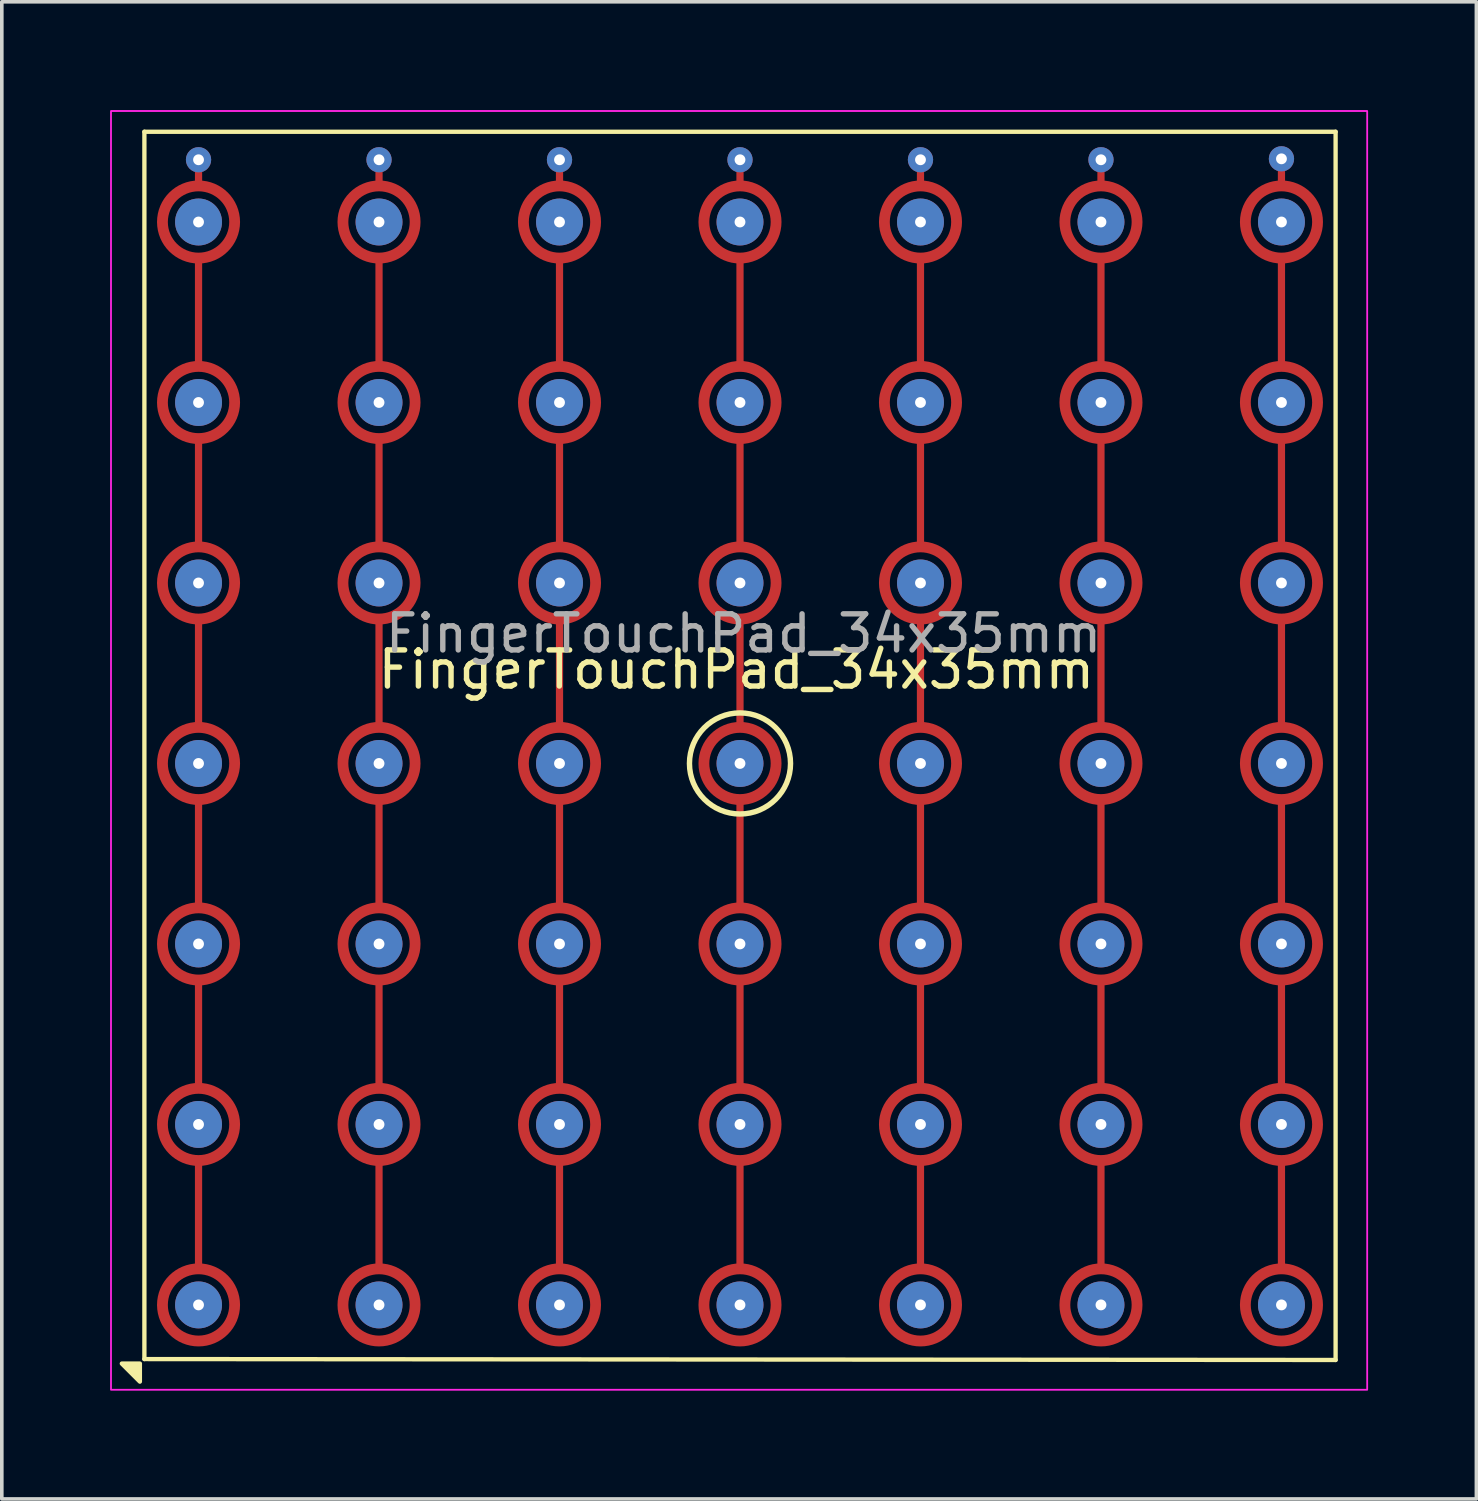
<source format=kicad_pcb>
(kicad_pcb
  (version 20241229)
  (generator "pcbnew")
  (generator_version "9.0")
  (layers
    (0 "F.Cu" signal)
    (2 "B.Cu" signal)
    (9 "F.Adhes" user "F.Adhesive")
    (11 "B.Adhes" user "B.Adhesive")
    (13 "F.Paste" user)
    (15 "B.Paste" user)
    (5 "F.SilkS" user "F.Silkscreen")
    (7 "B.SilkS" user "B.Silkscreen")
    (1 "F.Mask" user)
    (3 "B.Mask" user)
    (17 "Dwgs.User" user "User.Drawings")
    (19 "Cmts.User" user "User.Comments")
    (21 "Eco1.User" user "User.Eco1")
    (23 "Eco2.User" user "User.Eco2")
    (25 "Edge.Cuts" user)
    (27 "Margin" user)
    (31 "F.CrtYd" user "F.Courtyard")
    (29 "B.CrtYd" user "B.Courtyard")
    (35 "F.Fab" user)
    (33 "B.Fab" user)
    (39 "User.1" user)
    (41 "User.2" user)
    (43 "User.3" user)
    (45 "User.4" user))
  (footprint "FingerTouchPad_34x35mm"
    (layer "F.Cu")
    (at 17.45 18.1)
    (property "Reference" "FingerTouchPad_34x35mm" (at -0.1 -2.6 0) (layer "F.SilkS") (effects (font (size 1 1) (thickness 0.15))))
    (attr smd)
    (fp_line (start -15 -16) (end -15 -16.474) (stroke (width 0.2) (type default)) (layer "F.Cu"))
    (fp_line (start -15 -11) (end -15 -14) (stroke (width 0.2) (type default)) (layer "F.Cu"))
    (fp_line (start -15 -6) (end -15 -9) (stroke (width 0.2) (type default)) (layer "F.Cu"))
    (fp_line (start -15 -1) (end -15 -4) (stroke (width 0.2) (type default)) (layer "F.Cu"))
    (fp_line (start -15 4) (end -15 1) (stroke (width 0.2) (type default)) (layer "F.Cu"))
    (fp_line (start -15 9) (end -15 6) (stroke (width 0.2) (type default)) (layer "F.Cu"))
    (fp_line (start -15 14) (end -15 11) (stroke (width 0.2) (type default)) (layer "F.Cu"))
    (fp_line (start -10 -16) (end -10 -16.474) (stroke (width 0.2) (type default)) (layer "F.Cu"))
    (fp_line (start -10 -11) (end -10 -14) (stroke (width 0.2) (type default)) (layer "F.Cu"))
    (fp_line (start -10 -6) (end -10 -9) (stroke (width 0.2) (type default)) (layer "F.Cu"))
    (fp_line (start -10 -1) (end -10 -4) (stroke (width 0.2) (type default)) (layer "F.Cu"))
    (fp_line (start -10 4) (end -10 1) (stroke (width 0.2) (type default)) (layer "F.Cu"))
    (fp_line (start -10 9) (end -10 6) (stroke (width 0.2) (type default)) (layer "F.Cu"))
    (fp_line (start -10 14) (end -10 11) (stroke (width 0.2) (type default)) (layer "F.Cu"))
    (fp_line (start -5 -16) (end -5 -16.474) (stroke (width 0.2) (type default)) (layer "F.Cu"))
    (fp_line (start -5 -11) (end -5 -14) (stroke (width 0.2) (type default)) (layer "F.Cu"))
    (fp_line (start -5 -6) (end -5 -9) (stroke (width 0.2) (type default)) (layer "F.Cu"))
    (fp_line (start -5 -1) (end -5 -4) (stroke (width 0.2) (type default)) (layer "F.Cu"))
    (fp_line (start -5 4) (end -5 1) (stroke (width 0.2) (type default)) (layer "F.Cu"))
    (fp_line (start -5 9) (end -5 6) (stroke (width 0.2) (type default)) (layer "F.Cu"))
    (fp_line (start -5 14) (end -5 11) (stroke (width 0.2) (type default)) (layer "F.Cu"))
    (fp_line (start 0 -16) (end 0 -16.474) (stroke (width 0.2) (type default)) (layer "F.Cu"))
    (fp_line (start 0 -11) (end 0 -14) (stroke (width 0.2) (type default)) (layer "F.Cu"))
    (fp_line (start 0 -6) (end 0 -9) (stroke (width 0.2) (type default)) (layer "F.Cu"))
    (fp_line (start 0 -1) (end 0 -4) (stroke (width 0.2) (type default)) (layer "F.Cu"))
    (fp_line (start 0 4) (end 0 1) (stroke (width 0.2) (type default)) (layer "F.Cu"))
    (fp_line (start 0 9) (end 0 6) (stroke (width 0.2) (type default)) (layer "F.Cu"))
    (fp_line (start 0 14) (end 0 11) (stroke (width 0.2) (type default)) (layer "F.Cu"))
    (fp_line (start 5 -16) (end 5 -16.474) (stroke (width 0.2) (type default)) (layer "F.Cu"))
    (fp_line (start 5 -11) (end 5 -14) (stroke (width 0.2) (type default)) (layer "F.Cu"))
    (fp_line (start 5 -6) (end 5 -9) (stroke (width 0.2) (type default)) (layer "F.Cu"))
    (fp_line (start 5 -1) (end 5 -4) (stroke (width 0.2) (type default)) (layer "F.Cu"))
    (fp_line (start 5 4) (end 5 1) (stroke (width 0.2) (type default)) (layer "F.Cu"))
    (fp_line (start 5 9) (end 5 6) (stroke (width 0.2) (type default)) (layer "F.Cu"))
    (fp_line (start 5 14) (end 5 11) (stroke (width 0.2) (type default)) (layer "F.Cu"))
    (fp_line (start 10 -16) (end 10 -16.474) (stroke (width 0.2) (type default)) (layer "F.Cu"))
    (fp_line (start 10 -11) (end 10 -14) (stroke (width 0.2) (type default)) (layer "F.Cu"))
    (fp_line (start 10 -6) (end 10 -9) (stroke (width 0.2) (type default)) (layer "F.Cu"))
    (fp_line (start 10 -1) (end 10 -4) (stroke (width 0.2) (type default)) (layer "F.Cu"))
    (fp_line (start 10 4) (end 10 1) (stroke (width 0.2) (type default)) (layer "F.Cu"))
    (fp_line (start 10 9) (end 10 6) (stroke (width 0.2) (type default)) (layer "F.Cu"))
    (fp_line (start 10 14) (end 10 11) (stroke (width 0.2) (type default)) (layer "F.Cu"))
    (fp_line (start 15 -16) (end 15 -16.5) (stroke (width 0.2) (type default)) (layer "F.Cu"))
    (fp_line (start 15 -11) (end 15 -14) (stroke (width 0.2) (type default)) (layer "F.Cu"))
    (fp_line (start 15 -6) (end 15 -9) (stroke (width 0.2) (type default)) (layer "F.Cu"))
    (fp_line (start 15 -1) (end 15 -4) (stroke (width 0.2) (type default)) (layer "F.Cu"))
    (fp_line (start 15 4) (end 15 1) (stroke (width 0.2) (type default)) (layer "F.Cu"))
    (fp_line (start 15 9) (end 15 6) (stroke (width 0.2) (type default)) (layer "F.Cu"))
    (fp_line (start 15 14) (end 15 11) (stroke (width 0.2) (type default)) (layer "F.Cu"))
    (fp_circle (center -15 -15) (end -14 -15) (stroke (width 0.3) (type default)) (fill no) (layer "F.Cu"))
    (fp_circle (center -15 -10) (end -14 -10) (stroke (width 0.3) (type default)) (fill no) (layer "F.Cu"))
    (fp_circle (center -15 -5) (end -14 -5) (stroke (width 0.3) (type default)) (fill no) (layer "F.Cu"))
    (fp_circle (center -15 0) (end -14 0) (stroke (width 0.3) (type default)) (fill no) (layer "F.Cu"))
    (fp_circle (center -15 5) (end -14 5) (stroke (width 0.3) (type default)) (fill no) (layer "F.Cu"))
    (fp_circle (center -15 10) (end -14 10) (stroke (width 0.3) (type default)) (fill no) (layer "F.Cu"))
    (fp_circle (center -15 15) (end -14 15) (stroke (width 0.3) (type default)) (fill no) (layer "F.Cu"))
    (fp_circle (center -10 -15) (end -9 -15) (stroke (width 0.3) (type default)) (fill no) (layer "F.Cu"))
    (fp_circle (center -10 -10) (end -9 -10) (stroke (width 0.3) (type default)) (fill no) (layer "F.Cu"))
    (fp_circle (center -10 -5) (end -9 -5) (stroke (width 0.3) (type default)) (fill no) (layer "F.Cu"))
    (fp_circle (center -10 0) (end -9 0) (stroke (width 0.3) (type default)) (fill no) (layer "F.Cu"))
    (fp_circle (center -10 5) (end -9 5) (stroke (width 0.3) (type default)) (fill no) (layer "F.Cu"))
    (fp_circle (center -10 10) (end -9 10) (stroke (width 0.3) (type default)) (fill no) (layer "F.Cu"))
    (fp_circle (center -10 15) (end -9 15) (stroke (width 0.3) (type default)) (fill no) (layer "F.Cu"))
    (fp_circle (center -5 -15) (end -4 -15) (stroke (width 0.3) (type default)) (fill no) (layer "F.Cu"))
    (fp_circle (center -5 -10) (end -4 -10) (stroke (width 0.3) (type default)) (fill no) (layer "F.Cu"))
    (fp_circle (center -5 -5) (end -4 -5) (stroke (width 0.3) (type default)) (fill no) (layer "F.Cu"))
    (fp_circle (center -5 0) (end -4 0) (stroke (width 0.3) (type default)) (fill no) (layer "F.Cu"))
    (fp_circle (center -5 5) (end -4 5) (stroke (width 0.3) (type default)) (fill no) (layer "F.Cu"))
    (fp_circle (center -5 10) (end -4 10) (stroke (width 0.3) (type default)) (fill no) (layer "F.Cu"))
    (fp_circle (center -5 15) (end -4 15) (stroke (width 0.3) (type default)) (fill no) (layer "F.Cu"))
    (fp_circle (center 0 -15) (end 1 -15) (stroke (width 0.3) (type default)) (fill no) (layer "F.Cu"))
    (fp_circle (center 0 -10) (end 1 -10) (stroke (width 0.3) (type default)) (fill no) (layer "F.Cu"))
    (fp_circle (center 0 -5) (end 1 -5) (stroke (width 0.3) (type default)) (fill no) (layer "F.Cu"))
    (fp_circle (center 0 0) (end 1 0) (stroke (width 0.3) (type default)) (fill no) (layer "F.Cu"))
    (fp_circle (center 0 5) (end 1 5) (stroke (width 0.3) (type default)) (fill no) (layer "F.Cu"))
    (fp_circle (center 0 10) (end 1 10) (stroke (width 0.3) (type default)) (fill no) (layer "F.Cu"))
    (fp_circle (center 0 15) (end 1 15) (stroke (width 0.3) (type default)) (fill no) (layer "F.Cu"))
    (fp_circle (center 5 -15) (end 6 -15) (stroke (width 0.3) (type default)) (fill no) (layer "F.Cu"))
    (fp_circle (center 5 -10) (end 6 -10) (stroke (width 0.3) (type default)) (fill no) (layer "F.Cu"))
    (fp_circle (center 5 -5) (end 6 -5) (stroke (width 0.3) (type default)) (fill no) (layer "F.Cu"))
    (fp_circle (center 5 0) (end 6 0) (stroke (width 0.3) (type default)) (fill no) (layer "F.Cu"))
    (fp_circle (center 5 5) (end 6 5) (stroke (width 0.3) (type default)) (fill no) (layer "F.Cu"))
    (fp_circle (center 5 10) (end 6 10) (stroke (width 0.3) (type default)) (fill no) (layer "F.Cu"))
    (fp_circle (center 5 15) (end 6 15) (stroke (width 0.3) (type default)) (fill no) (layer "F.Cu"))
    (fp_circle (center 10 -15) (end 11 -15) (stroke (width 0.3) (type default)) (fill no) (layer "F.Cu"))
    (fp_circle (center 10 -10) (end 11 -10) (stroke (width 0.3) (type default)) (fill no) (layer "F.Cu"))
    (fp_circle (center 10 -5) (end 11 -5) (stroke (width 0.3) (type default)) (fill no) (layer "F.Cu"))
    (fp_circle (center 10 0) (end 11 0) (stroke (width 0.3) (type default)) (fill no) (layer "F.Cu"))
    (fp_circle (center 10 5) (end 11 5) (stroke (width 0.3) (type default)) (fill no) (layer "F.Cu"))
    (fp_circle (center 10 10) (end 11 10) (stroke (width 0.3) (type default)) (fill no) (layer "F.Cu"))
    (fp_circle (center 10 15) (end 11 15) (stroke (width 0.3) (type default)) (fill no) (layer "F.Cu"))
    (fp_circle (center 15 -15) (end 16 -15) (stroke (width 0.3) (type default)) (fill no) (layer "F.Cu"))
    (fp_circle (center 15 -10) (end 16 -10) (stroke (width 0.3) (type default)) (fill no) (layer "F.Cu"))
    (fp_circle (center 15 -5) (end 16 -5) (stroke (width 0.3) (type default)) (fill no) (layer "F.Cu"))
    (fp_circle (center 15 0) (end 16 0) (stroke (width 0.3) (type default)) (fill no) (layer "F.Cu"))
    (fp_circle (center 15 5) (end 16 5) (stroke (width 0.3) (type default)) (fill no) (layer "F.Cu"))
    (fp_circle (center 15 10) (end 16 10) (stroke (width 0.3) (type default)) (fill no) (layer "F.Cu"))
    (fp_circle (center 15 15) (end 16 15) (stroke (width 0.3) (type default)) (fill no) (layer "F.Cu"))
    (fp_line (start -16.5 -17.5) (end 16.5 -17.5) (stroke (width 0.12) (type solid)) (layer "F.SilkS"))
    (fp_line (start -16.5 16.5) (end -16.5 -17.5) (stroke (width 0.12) (type solid)) (layer "F.SilkS"))
    (fp_line (start 16.5 -17.5) (end 16.5 16.525) (stroke (width 0.12) (type solid)) (layer "F.SilkS"))
    (fp_line (start 16.5 16.525) (end -16.5 16.5) (stroke (width 0.12) (type solid)) (layer "F.SilkS"))
    (fp_circle (center 0 0) (end 1.4 0) (stroke (width 0.15) (type default)) (fill no) (layer "F.SilkS"))
    (fp_poly (pts (xy -16.625 16.625) (xy -16.625 17.125) (xy -17.125 16.625) (xy -16.625 16.625)) (stroke (width 0.12) (type solid)) (fill yes) (layer "F.SilkS"))
    (fp_rect (start -17.425 -18.075) (end 17.375 17.35) (stroke (width 0.05) (type default)) (fill no) (layer "F.CrtYd"))
    (fp_text user "${REFERENCE}" (at 0.1 -3.6 0) (layer "F.Fab") (effects (font (size 1 1) (thickness 0.15))))
    (pad "C1" thru_hole circle (at -15 -16.724 90) (size 0.7 0.7) (drill 0.3) (layers "*.Cu"))
    (pad "C2" thru_hole circle (at -10 -16.724 90) (size 0.7 0.7) (drill 0.3) (layers "*.Cu"))
    (pad "C3" thru_hole circle (at -5 -16.724 90) (size 0.7 0.7) (drill 0.3) (layers "*.Cu"))
    (pad "C4" thru_hole circle (at 0 -16.724 90) (size 0.7 0.7) (drill 0.3) (layers "*.Cu"))
    (pad "C5" thru_hole circle (at 5 -16.724 90) (size 0.7 0.7) (drill 0.3) (layers "*.Cu"))
    (pad "C6" thru_hole circle (at 10 -16.724 90) (size 0.7 0.7) (drill 0.3) (layers "*.Cu"))
    (pad "C7" thru_hole circle (at 15 -16.75 90) (size 0.7 0.7) (drill 0.3) (layers "*.Cu"))
    (pad "R1" thru_hole circle (at -15 15 90) (size 1.3 1.3) (drill 0.3) (layers "*.Cu"))
    (pad "R1" thru_hole circle (at -10 15 90) (size 1.3 1.3) (drill 0.3) (layers "*.Cu"))
    (pad "R1" thru_hole circle (at -5 15 90) (size 1.3 1.3) (drill 0.3) (layers "*.Cu"))
    (pad "R1" thru_hole circle (at 0 15 90) (size 1.3 1.3) (drill 0.3) (layers "*.Cu"))
    (pad "R1" thru_hole circle (at 5 15 90) (size 1.3 1.3) (drill 0.3) (layers "*.Cu"))
    (pad "R1" thru_hole circle (at 10 15 90) (size 1.3 1.3) (drill 0.3) (layers "*.Cu"))
    (pad "R1" thru_hole circle (at 15 15 90) (size 1.3 1.3) (drill 0.3) (layers "*.Cu"))
    (pad "R2" thru_hole circle (at -15 10 90) (size 1.3 1.3) (drill 0.3) (layers "*.Cu"))
    (pad "R2" thru_hole circle (at -10 10 90) (size 1.3 1.3) (drill 0.3) (layers "*.Cu"))
    (pad "R2" thru_hole circle (at -5 10 90) (size 1.3 1.3) (drill 0.3) (layers "*.Cu"))
    (pad "R2" thru_hole circle (at 0 10 90) (size 1.3 1.3) (drill 0.3) (layers "*.Cu"))
    (pad "R2" thru_hole circle (at 5 10 90) (size 1.3 1.3) (drill 0.3) (layers "*.Cu"))
    (pad "R2" thru_hole circle (at 10 10 90) (size 1.3 1.3) (drill 0.3) (layers "*.Cu"))
    (pad "R2" thru_hole circle (at 15 10 90) (size 1.3 1.3) (drill 0.3) (layers "*.Cu"))
    (pad "R3" thru_hole circle (at -15 5 90) (size 1.3 1.3) (drill 0.3) (layers "*.Cu"))
    (pad "R3" thru_hole circle (at -10 5 90) (size 1.3 1.3) (drill 0.3) (layers "*.Cu"))
    (pad "R3" thru_hole circle (at -5 5 90) (size 1.3 1.3) (drill 0.3) (layers "*.Cu"))
    (pad "R3" thru_hole circle (at 0 5 90) (size 1.3 1.3) (drill 0.3) (layers "*.Cu"))
    (pad "R3" thru_hole circle (at 5 5 90) (size 1.3 1.3) (drill 0.3) (layers "*.Cu"))
    (pad "R3" thru_hole circle (at 10 5 90) (size 1.3 1.3) (drill 0.3) (layers "*.Cu"))
    (pad "R3" thru_hole circle (at 15 5 90) (size 1.3 1.3) (drill 0.3) (layers "*.Cu"))
    (pad "R4" thru_hole circle (at -15 0 90) (size 1.3 1.3) (drill 0.3) (layers "*.Cu"))
    (pad "R4" thru_hole circle (at -10 0 90) (size 1.3 1.3) (drill 0.3) (layers "*.Cu"))
    (pad "R4" thru_hole circle (at -5 0 90) (size 1.3 1.3) (drill 0.3) (layers "*.Cu"))
    (pad "R4" thru_hole circle (at 0 0 90) (size 1.3 1.3) (drill 0.3) (layers "*.Cu"))
    (pad "R4" thru_hole circle (at 5 0 90) (size 1.3 1.3) (drill 0.3) (layers "*.Cu"))
    (pad "R4" thru_hole circle (at 10 0 90) (size 1.3 1.3) (drill 0.3) (layers "*.Cu"))
    (pad "R4" thru_hole circle (at 15 0 90) (size 1.3 1.3) (drill 0.3) (layers "*.Cu"))
    (pad "R5" thru_hole circle (at -15 -5 90) (size 1.3 1.3) (drill 0.3) (layers "*.Cu"))
    (pad "R5" thru_hole circle (at -10 -5 90) (size 1.3 1.3) (drill 0.3) (layers "*.Cu"))
    (pad "R5" thru_hole circle (at -5 -5 90) (size 1.3 1.3) (drill 0.3) (layers "*.Cu"))
    (pad "R5" thru_hole circle (at 0 -5 90) (size 1.3 1.3) (drill 0.3) (layers "*.Cu"))
    (pad "R5" thru_hole circle (at 5 -5 90) (size 1.3 1.3) (drill 0.3) (layers "*.Cu"))
    (pad "R5" thru_hole circle (at 10 -5 90) (size 1.3 1.3) (drill 0.3) (layers "*.Cu"))
    (pad "R5" thru_hole circle (at 15 -5 90) (size 1.3 1.3) (drill 0.3) (layers "*.Cu"))
    (pad "R6" thru_hole circle (at -15 -10 90) (size 1.3 1.3) (drill 0.3) (layers "*.Cu"))
    (pad "R6" thru_hole circle (at -10 -10 90) (size 1.3 1.3) (drill 0.3) (layers "*.Cu"))
    (pad "R6" thru_hole circle (at -5 -10 90) (size 1.3 1.3) (drill 0.3) (layers "*.Cu"))
    (pad "R6" thru_hole circle (at 0 -10 90) (size 1.3 1.3) (drill 0.3) (layers "*.Cu"))
    (pad "R6" thru_hole circle (at 5 -10 90) (size 1.3 1.3) (drill 0.3) (layers "*.Cu"))
    (pad "R6" thru_hole circle (at 10 -10 90) (size 1.3 1.3) (drill 0.3) (layers "*.Cu"))
    (pad "R6" thru_hole circle (at 15 -10 90) (size 1.3 1.3) (drill 0.3) (layers "*.Cu"))
    (pad "R7" thru_hole circle (at -15 -15 90) (size 1.3 1.3) (drill 0.3) (layers "*.Cu"))
    (pad "R7" thru_hole circle (at -10 -15 90) (size 1.3 1.3) (drill 0.3) (layers "*.Cu"))
    (pad "R7" thru_hole circle (at -5 -15 90) (size 1.3 1.3) (drill 0.3) (layers "*.Cu"))
    (pad "R7" thru_hole circle (at 0 -15 90) (size 1.3 1.3) (drill 0.3) (layers "*.Cu"))
    (pad "R7" thru_hole circle (at 5 -15 90) (size 1.3 1.3) (drill 0.3) (layers "*.Cu"))
    (pad "R7" thru_hole circle (at 10 -15 90) (size 1.3 1.3) (drill 0.3) (layers "*.Cu"))
    (pad "R7" thru_hole circle (at 15 -15 90) (size 1.3 1.3) (drill 0.3) (layers "*.Cu")))
  (gr_rect
    (start -3 -3)
    (end 37.85 38.475)
    (stroke (width 0.1) (type default))
    (fill no)
    (layer "Edge.Cuts")))
</source>
